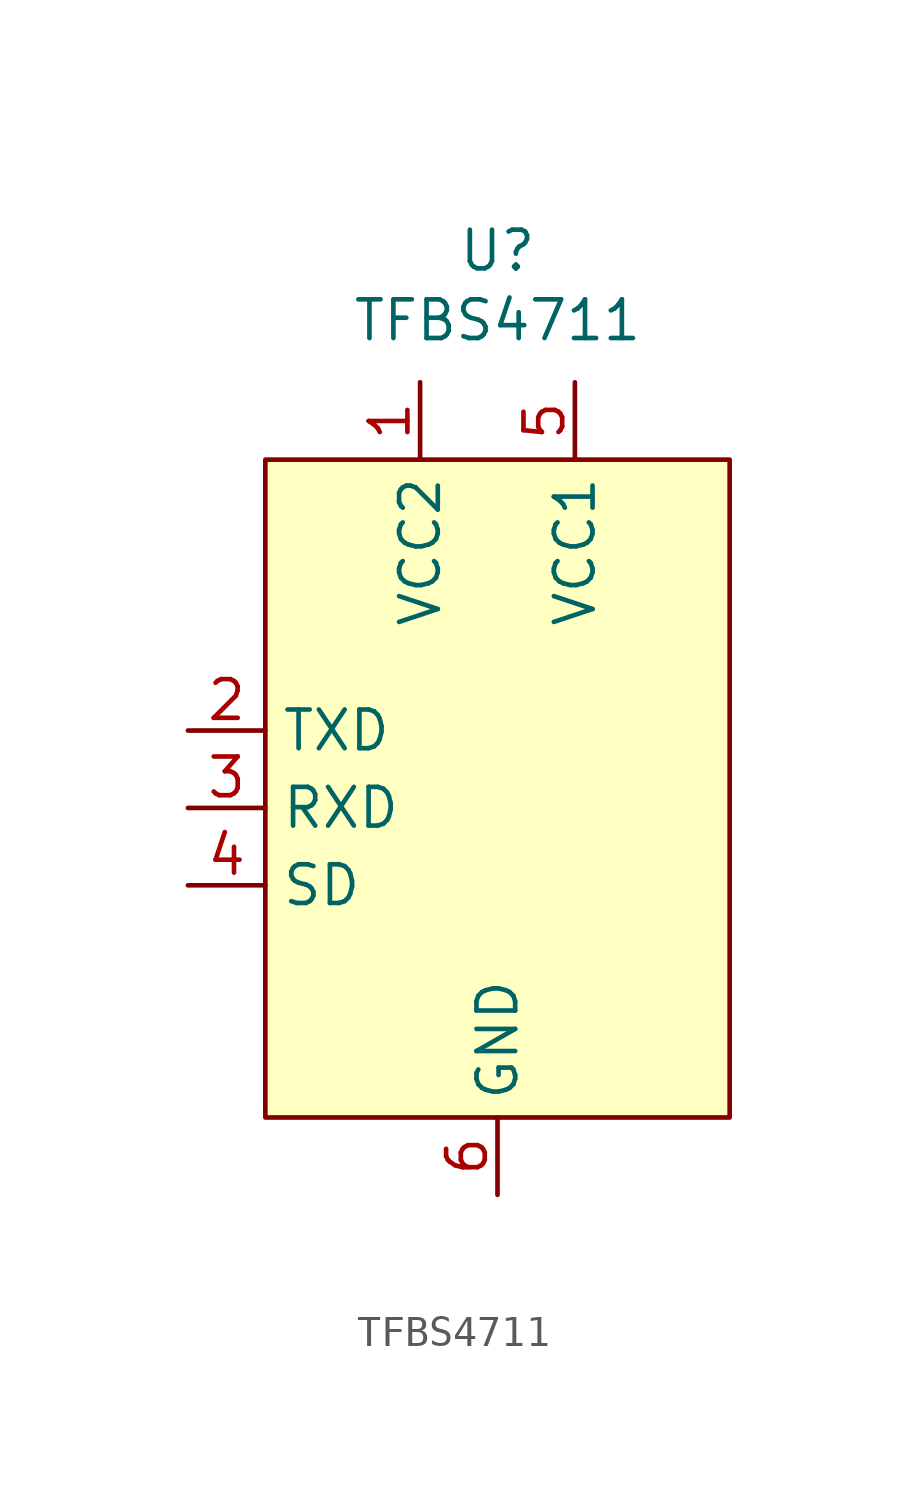
<source format=kicad_sym>
(kicad_symbol_lib
  (version 20241209)
  (generator "kicad_symbol_editor")
  (generator_version "9.0")
  (symbol "TFBS4711"
    (property "Reference" "U"
      (at 0 3.048 0)
      (effects (font (size 1.27 1.27))))
    (property "Value" "TFBS4711"
      (at 0 0.762 0)
      (effects (font (size 1.27 1.27))))
    (symbol "TFBS4711_1_1"
      (rectangle (start -7.62 -3.81) (end 7.62 -25.4) (stroke (width 0) (type solid)) (fill (type background)))
      (pin passive line (at -10.16 -12.7 0) (length 2.54) (name "TXD" (effects (font (size 1.27 1.27)))) (number "2" (effects (font (size 1.27 1.27)))))
      (pin passive line (at -10.16 -15.24 0) (length 2.54) (name "RXD" (effects (font (size 1.27 1.27)))) (number "3" (effects (font (size 1.27 1.27)))))
      (pin passive line (at -10.16 -17.78 0) (length 2.54) (name "SD" (effects (font (size 1.27 1.27)))) (number "4" (effects (font (size 1.27 1.27)))))
      (pin power_in line (at -2.54 -1.27 270) (length 2.54) (name "VCC2" (effects (font (size 1.27 1.27)))) (number "1" (effects (font (size 1.27 1.27)))))
      (pin power_in line (at 0 -27.94 90) (length 2.54) (name "GND" (effects (font (size 1.27 1.27)))) (number "6" (effects (font (size 1.27 1.27)))))
      (pin power_in line (at 2.54 -1.27 270) (length 2.54) (name "VCC1" (effects (font (size 1.27 1.27)))) (number "5" (effects (font (size 1.27 1.27))))))))
</source>
